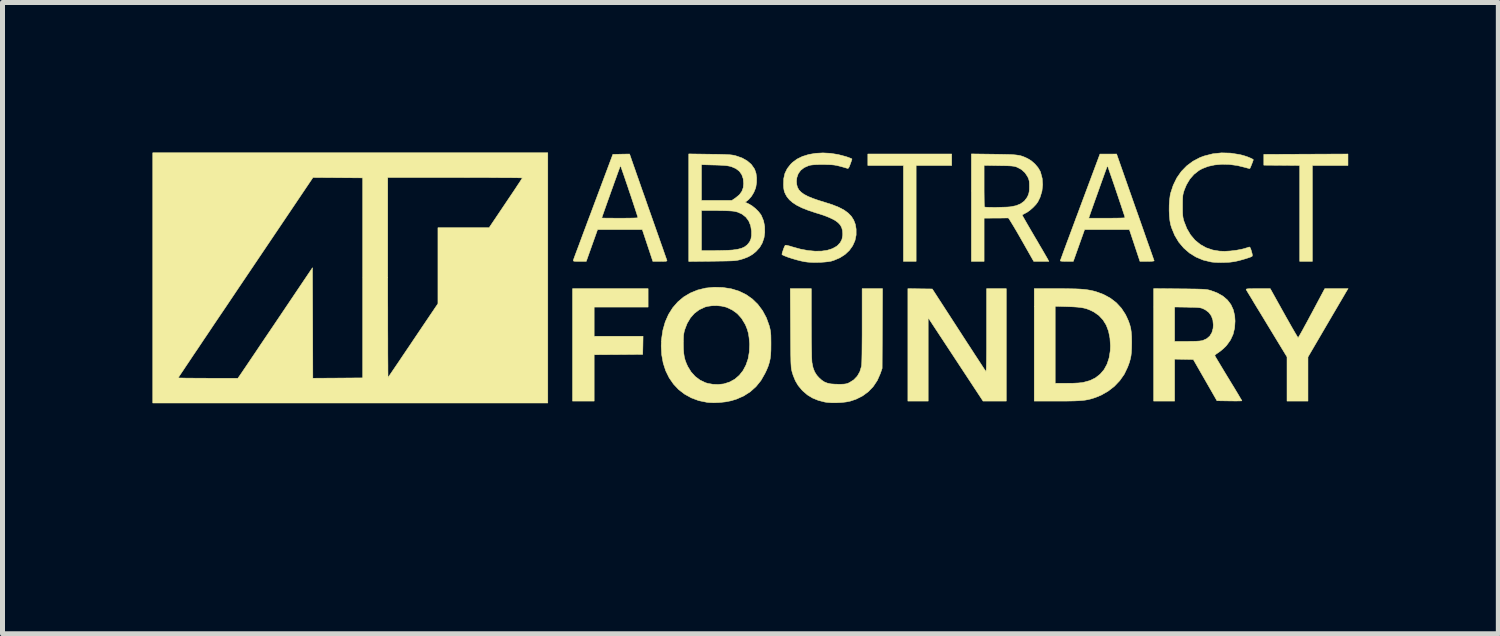
<source format=kicad_pcb>
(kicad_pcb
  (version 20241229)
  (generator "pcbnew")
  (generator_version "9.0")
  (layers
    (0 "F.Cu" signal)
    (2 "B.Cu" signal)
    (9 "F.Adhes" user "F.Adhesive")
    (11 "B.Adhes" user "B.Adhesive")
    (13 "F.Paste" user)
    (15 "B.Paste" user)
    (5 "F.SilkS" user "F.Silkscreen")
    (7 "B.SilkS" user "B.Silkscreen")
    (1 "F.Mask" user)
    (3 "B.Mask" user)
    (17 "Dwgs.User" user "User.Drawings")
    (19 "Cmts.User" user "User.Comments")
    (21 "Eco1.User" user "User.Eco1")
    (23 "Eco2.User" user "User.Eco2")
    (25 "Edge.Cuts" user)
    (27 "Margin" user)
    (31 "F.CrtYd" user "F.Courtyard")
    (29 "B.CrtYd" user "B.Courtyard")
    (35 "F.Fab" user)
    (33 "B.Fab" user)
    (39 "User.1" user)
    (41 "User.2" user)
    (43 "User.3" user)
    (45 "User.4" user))
  (footprint "CompanyLogo"
    (layer "F.Cu")
    (at 11.956 2.507)
    (property "Reference" "CompanyLogo" (at 0 3.81 0) (layer "Eco2.User") (effects (font (size 0.3 0.3) (thickness 0.075))))
    (attr through_hole)
    (fp_poly (pts (xy 4.026 -2.248) (xy 3.315 -2.248) (xy 3.315 -0.33) (xy 3.061 -0.33) (xy 3.061 -2.248) (xy 2.349 -2.248) (xy 2.349 -2.477) (xy 4.026 -2.477) (xy 4.026 -2.248)) (stroke (width 0.01) (type solid)) (fill yes) (layer "F.SilkS"))
    (fp_poly (pts (xy 11.951 -2.248) (xy 11.239 -2.248) (xy 11.239 -0.33) (xy 10.986 -0.33) (xy 10.986 -2.248) (xy 10.627 -2.251) (xy 10.268 -2.254) (xy 10.268 -2.47) (xy 11.951 -2.477) (xy 11.951 -2.248)) (stroke (width 0.01) (type solid)) (fill yes) (layer "F.SilkS"))
    (fp_poly (pts (xy -2.045 0.584) (xy -3.124 0.584) (xy -3.124 1.168) (xy -2.146 1.168) (xy -2.149 1.349) (xy -2.153 1.53) (xy -2.638 1.534) (xy -3.124 1.537) (xy -3.124 2.464) (xy -3.556 2.464) (xy -3.556 0.216) (xy -2.045 0.216) (xy -2.045 0.584)) (stroke (width 0.01) (type solid)) (fill yes) (layer "F.SilkS"))
    (fp_poly (pts (xy 3.394 0.219) (xy 3.638 0.222) (xy 4.168 1.04) (xy 4.252 1.17) (xy 4.333 1.295) (xy 4.409 1.411) (xy 4.478 1.518) (xy 4.541 1.614) (xy 4.596 1.698) (xy 4.641 1.767) (xy 4.676 1.82) (xy 4.699 1.855) (xy 4.71 1.87) (xy 4.711 1.871) (xy 4.714 1.865) (xy 4.716 1.841) (xy 4.719 1.797) (xy 4.72 1.733) (xy 4.722 1.648) (xy 4.723 1.541) (xy 4.724 1.412) (xy 4.724 1.259) (xy 4.724 1.081) (xy 4.724 1.05) (xy 4.724 0.216) (xy 5.118 0.216) (xy 5.118 2.464) (xy 4.653 2.464) (xy 3.556 0.797) (xy 3.556 2.464) (xy 3.15 2.464) (xy 3.15 0.215) (xy 3.394 0.219)) (stroke (width 0.01) (type solid)) (fill yes) (layer "F.SilkS"))
    (fp_poly (pts (xy 10.67 0.706) (xy 10.727 0.808) (xy 10.781 0.903) (xy 10.829 0.988) (xy 10.872 1.062) (xy 10.907 1.122) (xy 10.933 1.165) (xy 10.949 1.191) (xy 10.954 1.196) (xy 10.962 1.185) (xy 10.981 1.154) (xy 11.009 1.105) (xy 11.045 1.041) (xy 11.087 0.963) (xy 11.136 0.874) (xy 11.188 0.776) (xy 11.226 0.706) (xy 11.487 0.216) (xy 11.954 0.216) (xy 11.935 0.244) (xy 11.926 0.26) (xy 11.904 0.296) (xy 11.873 0.35) (xy 11.832 0.42) (xy 11.783 0.503) (xy 11.727 0.599) (xy 11.665 0.704) (xy 11.599 0.817) (xy 11.534 0.928) (xy 11.151 1.583) (xy 11.151 2.464) (xy 10.732 2.464) (xy 10.732 1.581) (xy 10.331 0.921) (xy 10.259 0.802) (xy 10.191 0.69) (xy 10.127 0.586) (xy 10.07 0.492) (xy 10.021 0.409) (xy 9.979 0.341) (xy 9.947 0.288) (xy 9.926 0.253) (xy 9.917 0.238) (xy 9.917 0.238) (xy 9.915 0.23) (xy 9.918 0.225) (xy 9.931 0.221) (xy 9.956 0.218) (xy 9.997 0.217) (xy 10.057 0.216) (xy 10.138 0.216) (xy 10.151 0.216) (xy 10.397 0.216) (xy 10.67 0.706)) (stroke (width 0.01) (type solid)) (fill yes) (layer "F.SilkS"))
    (fp_poly (pts (xy 6.125 0.216) (xy 6.272 0.216) (xy 6.397 0.218) (xy 6.503 0.22) (xy 6.592 0.224) (xy 6.669 0.23) (xy 6.736 0.238) (xy 6.795 0.248) (xy 6.851 0.26) (xy 6.906 0.274) (xy 6.906 0.274) (xy 7.061 0.331) (xy 7.198 0.405) (xy 7.318 0.497) (xy 7.419 0.606) (xy 7.501 0.732) (xy 7.525 0.781) (xy 7.561 0.861) (xy 7.587 0.934) (xy 7.606 1.005) (xy 7.617 1.081) (xy 7.624 1.168) (xy 7.626 1.273) (xy 7.626 1.302) (xy 7.624 1.404) (xy 7.62 1.487) (xy 7.612 1.559) (xy 7.598 1.625) (xy 7.579 1.693) (xy 7.551 1.769) (xy 7.544 1.787) (xy 7.477 1.927) (xy 7.388 2.054) (xy 7.28 2.168) (xy 7.155 2.265) (xy 7.015 2.345) (xy 6.906 2.39) (xy 6.852 2.408) (xy 6.801 2.423) (xy 6.749 2.435) (xy 6.694 2.445) (xy 6.632 2.452) (xy 6.56 2.457) (xy 6.474 2.461) (xy 6.372 2.463) (xy 6.251 2.464) (xy 6.132 2.464) (xy 5.677 2.464) (xy 5.677 2.108) (xy 6.096 2.108) (xy 6.33 2.108) (xy 6.455 2.107) (xy 6.558 2.102) (xy 6.637 2.094) (xy 6.662 2.089) (xy 6.79 2.054) (xy 6.902 1.999) (xy 6.996 1.925) (xy 7.074 1.834) (xy 7.133 1.725) (xy 7.174 1.601) (xy 7.197 1.46) (xy 7.201 1.359) (xy 7.191 1.205) (xy 7.163 1.067) (xy 7.117 0.945) (xy 7.052 0.84) (xy 6.97 0.752) (xy 6.871 0.683) (xy 6.84 0.667) (xy 6.782 0.64) (xy 6.728 0.619) (xy 6.673 0.604) (xy 6.613 0.593) (xy 6.541 0.585) (xy 6.453 0.579) (xy 6.347 0.575) (xy 6.096 0.568) (xy 6.096 2.108) (xy 5.677 2.108) (xy 5.677 0.216) (xy 6.125 0.216)) (stroke (width 0.01) (type solid)) (fill yes) (layer "F.SilkS"))
    (fp_poly (pts (xy 1.219 0.911) (xy 1.22 1.045) (xy 1.22 1.173) (xy 1.221 1.293) (xy 1.223 1.403) (xy 1.225 1.499) (xy 1.226 1.579) (xy 1.229 1.641) (xy 1.231 1.68) (xy 1.232 1.691) (xy 1.253 1.793) (xy 1.284 1.877) (xy 1.329 1.948) (xy 1.371 1.995) (xy 1.426 2.045) (xy 1.48 2.081) (xy 1.54 2.105) (xy 1.61 2.12) (xy 1.696 2.126) (xy 1.753 2.127) (xy 1.821 2.127) (xy 1.87 2.125) (xy 1.907 2.12) (xy 1.937 2.113) (xy 1.966 2.101) (xy 1.981 2.094) (xy 2.068 2.039) (xy 2.138 1.966) (xy 2.189 1.877) (xy 2.221 1.771) (xy 2.222 1.766) (xy 2.225 1.739) (xy 2.228 1.688) (xy 2.23 1.615) (xy 2.232 1.522) (xy 2.233 1.411) (xy 2.234 1.283) (xy 2.235 1.141) (xy 2.235 0.986) (xy 2.235 0.957) (xy 2.235 0.216) (xy 2.643 0.216) (xy 2.639 1.013) (xy 2.635 1.81) (xy 2.598 1.916) (xy 2.538 2.052) (xy 2.458 2.172) (xy 2.36 2.275) (xy 2.245 2.36) (xy 2.114 2.426) (xy 1.998 2.465) (xy 1.918 2.481) (xy 1.824 2.492) (xy 1.723 2.497) (xy 1.624 2.497) (xy 1.536 2.49) (xy 1.492 2.484) (xy 1.359 2.45) (xy 1.244 2.403) (xy 1.142 2.341) (xy 1.049 2.261) (xy 1.025 2.236) (xy 0.955 2.151) (xy 0.9 2.058) (xy 0.856 1.95) (xy 0.835 1.883) (xy 0.83 1.862) (xy 0.825 1.841) (xy 0.821 1.818) (xy 0.817 1.791) (xy 0.815 1.758) (xy 0.812 1.716) (xy 0.81 1.664) (xy 0.809 1.6) (xy 0.807 1.52) (xy 0.806 1.424) (xy 0.805 1.31) (xy 0.804 1.174) (xy 0.803 1.015) (xy 0.803 1) (xy 0.798 0.216) (xy 1.219 0.216) (xy 1.219 0.911)) (stroke (width 0.01) (type solid)) (fill yes) (layer "F.SilkS"))
    (fp_poly (pts (xy 7.697 -1.414) (xy 7.753 -1.257) (xy 7.806 -1.106) (xy 7.856 -0.964) (xy 7.902 -0.832) (xy 7.944 -0.712) (xy 7.982 -0.606) (xy 8.014 -0.515) (xy 8.04 -0.441) (xy 8.059 -0.387) (xy 8.071 -0.353) (xy 8.075 -0.341) (xy 8.065 -0.337) (xy 8.034 -0.333) (xy 7.988 -0.331) (xy 7.935 -0.33) (xy 7.791 -0.33) (xy 7.58 -0.965) (xy 6.684 -0.965) (xy 6.571 -0.648) (xy 6.458 -0.33) (xy 6.328 -0.33) (xy 6.274 -0.331) (xy 6.23 -0.333) (xy 6.203 -0.337) (xy 6.197 -0.34) (xy 6.201 -0.353) (xy 6.214 -0.388) (xy 6.234 -0.443) (xy 6.261 -0.518) (xy 6.295 -0.609) (xy 6.334 -0.715) (xy 6.379 -0.835) (xy 6.428 -0.967) (xy 6.481 -1.109) (xy 6.512 -1.194) (xy 6.767 -1.194) (xy 7.13 -1.194) (xy 7.223 -1.194) (xy 7.308 -1.195) (xy 7.38 -1.196) (xy 7.437 -1.198) (xy 7.476 -1.2) (xy 7.493 -1.203) (xy 7.493 -1.203) (xy 7.489 -1.218) (xy 7.479 -1.252) (xy 7.461 -1.305) (xy 7.439 -1.372) (xy 7.413 -1.451) (xy 7.383 -1.539) (xy 7.352 -1.632) (xy 7.319 -1.729) (xy 7.287 -1.825) (xy 7.255 -1.918) (xy 7.225 -2.005) (xy 7.198 -2.082) (xy 7.175 -2.148) (xy 7.158 -2.199) (xy 7.146 -2.231) (xy 7.141 -2.243) (xy 7.141 -2.243) (xy 7.136 -2.231) (xy 7.124 -2.197) (xy 7.105 -2.146) (xy 7.081 -2.08) (xy 7.053 -2.002) (xy 7.022 -1.916) (xy 6.989 -1.823) (xy 6.955 -1.727) (xy 6.921 -1.632) (xy 6.888 -1.54) (xy 6.857 -1.453) (xy 6.83 -1.376) (xy 6.807 -1.312) (xy 6.79 -1.262) (xy 6.779 -1.23) (xy 6.776 -1.222) (xy 6.767 -1.194) (xy 6.512 -1.194) (xy 6.537 -1.259) (xy 6.594 -1.413) (xy 6.991 -2.476) (xy 7.158 -2.476) (xy 7.324 -2.477) (xy 7.697 -1.414)) (stroke (width 0.01) (type solid)) (fill yes) (layer "F.SilkS"))
    (fp_poly (pts (xy 8.588 0.219) (xy 8.718 0.22) (xy 8.826 0.222) (xy 8.913 0.223) (xy 8.983 0.225) (xy 9.039 0.227) (xy 9.083 0.23) (xy 9.118 0.233) (xy 9.146 0.237) (xy 9.171 0.243) (xy 9.195 0.249) (xy 9.205 0.252) (xy 9.338 0.302) (xy 9.45 0.365) (xy 9.541 0.443) (xy 9.61 0.534) (xy 9.658 0.639) (xy 9.686 0.759) (xy 9.693 0.864) (xy 9.684 1.002) (xy 9.654 1.127) (xy 9.602 1.241) (xy 9.527 1.346) (xy 9.505 1.371) (xy 9.459 1.415) (xy 9.407 1.459) (xy 9.359 1.494) (xy 9.358 1.495) (xy 9.321 1.519) (xy 9.296 1.541) (xy 9.288 1.555) (xy 9.288 1.556) (xy 9.296 1.569) (xy 9.315 1.602) (xy 9.345 1.652) (xy 9.384 1.717) (xy 9.43 1.793) (xy 9.482 1.88) (xy 9.539 1.974) (xy 9.562 2.011) (xy 9.62 2.107) (xy 9.674 2.195) (xy 9.722 2.275) (xy 9.763 2.343) (xy 9.795 2.398) (xy 9.818 2.436) (xy 9.829 2.456) (xy 9.83 2.458) (xy 9.818 2.46) (xy 9.784 2.461) (xy 9.733 2.462) (xy 9.668 2.462) (xy 9.592 2.461) (xy 9.581 2.461) (xy 9.331 2.457) (xy 9.095 2.045) (xy 8.858 1.632) (xy 8.484 1.625) (xy 8.484 2.464) (xy 8.065 2.464) (xy 8.065 1.27) (xy 8.484 1.27) (xy 8.736 1.27) (xy 8.839 1.269) (xy 8.92 1.267) (xy 8.981 1.263) (xy 9.026 1.257) (xy 9.047 1.252) (xy 9.127 1.216) (xy 9.188 1.163) (xy 9.23 1.094) (xy 9.254 1.008) (xy 9.258 0.94) (xy 9.249 0.843) (xy 9.219 0.761) (xy 9.17 0.693) (xy 9.1 0.64) (xy 9.061 0.62) (xy 9.038 0.61) (xy 9.014 0.602) (xy 8.986 0.597) (xy 8.95 0.593) (xy 8.9 0.59) (xy 8.834 0.588) (xy 8.747 0.587) (xy 8.741 0.586) (xy 8.484 0.582) (xy 8.484 1.27) (xy 8.065 1.27) (xy 8.065 0.214) (xy 8.588 0.219)) (stroke (width 0.01) (type solid)) (fill yes) (layer "F.SilkS"))
    (fp_poly (pts (xy 9.603 -2.495) (xy 9.789 -2.465) (xy 9.83 -2.455) (xy 9.879 -2.441) (xy 9.932 -2.424) (xy 9.982 -2.404) (xy 10.023 -2.386) (xy 10.05 -2.371) (xy 10.058 -2.363) (xy 10.054 -2.348) (xy 10.043 -2.317) (xy 10.028 -2.278) (xy 10.012 -2.238) (xy 9.998 -2.206) (xy 9.989 -2.188) (xy 9.988 -2.187) (xy 9.975 -2.188) (xy 9.944 -2.195) (xy 9.902 -2.207) (xy 9.898 -2.208) (xy 9.739 -2.247) (xy 9.582 -2.268) (xy 9.43 -2.272) (xy 9.286 -2.259) (xy 9.153 -2.23) (xy 9.035 -2.184) (xy 8.972 -2.149) (xy 8.872 -2.071) (xy 8.789 -1.976) (xy 8.721 -1.862) (xy 8.678 -1.758) (xy 8.665 -1.719) (xy 8.656 -1.685) (xy 8.649 -1.651) (xy 8.646 -1.611) (xy 8.644 -1.56) (xy 8.643 -1.491) (xy 8.643 -1.441) (xy 8.643 -1.359) (xy 8.644 -1.296) (xy 8.647 -1.247) (xy 8.652 -1.208) (xy 8.66 -1.172) (xy 8.671 -1.133) (xy 8.672 -1.13) (xy 8.728 -0.987) (xy 8.802 -0.861) (xy 8.891 -0.755) (xy 8.996 -0.669) (xy 9.115 -0.602) (xy 9.248 -0.557) (xy 9.381 -0.535) (xy 9.485 -0.531) (xy 9.602 -0.538) (xy 9.724 -0.553) (xy 9.841 -0.576) (xy 9.945 -0.606) (xy 9.972 -0.616) (xy 9.984 -0.616) (xy 9.995 -0.604) (xy 10.008 -0.574) (xy 10.021 -0.533) (xy 10.034 -0.484) (xy 10.039 -0.454) (xy 10.037 -0.437) (xy 10.031 -0.43) (xy 10.004 -0.417) (xy 9.958 -0.401) (xy 9.899 -0.382) (xy 9.833 -0.363) (xy 9.767 -0.345) (xy 9.706 -0.331) (xy 9.669 -0.324) (xy 9.594 -0.314) (xy 9.504 -0.309) (xy 9.409 -0.307) (xy 9.317 -0.309) (xy 9.237 -0.315) (xy 9.21 -0.319) (xy 9.054 -0.357) (xy 8.911 -0.417) (xy 8.782 -0.497) (xy 8.667 -0.597) (xy 8.568 -0.714) (xy 8.487 -0.849) (xy 8.425 -0.999) (xy 8.405 -1.063) (xy 8.39 -1.142) (xy 8.38 -1.238) (xy 8.375 -1.344) (xy 8.376 -1.453) (xy 8.383 -1.557) (xy 8.395 -1.649) (xy 8.404 -1.693) (xy 8.457 -1.854) (xy 8.528 -1.999) (xy 8.618 -2.128) (xy 8.726 -2.239) (xy 8.849 -2.331) (xy 8.989 -2.405) (xy 9.074 -2.437) (xy 9.246 -2.481) (xy 9.422 -2.5) (xy 9.603 -2.495)) (stroke (width 0.01) (type solid)) (fill yes) (layer "F.SilkS"))
    (fp_poly (pts (xy -2.39 -2.404) (xy -2.382 -2.379) (xy -2.366 -2.334) (xy -2.344 -2.27) (xy -2.315 -2.189) (xy -2.282 -2.093) (xy -2.244 -1.986) (xy -2.203 -1.868) (xy -2.159 -1.742) (xy -2.112 -1.611) (xy -2.065 -1.475) (xy -2.017 -1.339) (xy -1.969 -1.203) (xy -1.922 -1.069) (xy -1.877 -0.941) (xy -1.834 -0.82) (xy -1.795 -0.708) (xy -1.759 -0.607) (xy -1.729 -0.52) (xy -1.704 -0.449) (xy -1.685 -0.395) (xy -1.673 -0.362) (xy -1.669 -0.351) (xy -1.668 -0.342) (xy -1.676 -0.336) (xy -1.696 -0.332) (xy -1.733 -0.331) (xy -1.79 -0.33) (xy -1.805 -0.33) (xy -1.95 -0.33) (xy -2.161 -0.965) (xy -3.056 -0.965) (xy -3.169 -0.648) (xy -3.282 -0.33) (xy -3.414 -0.33) (xy -3.473 -0.33) (xy -3.511 -0.332) (xy -3.532 -0.335) (xy -3.54 -0.341) (xy -3.54 -0.351) (xy -3.538 -0.359) (xy -3.533 -0.375) (xy -3.519 -0.413) (xy -3.498 -0.471) (xy -3.469 -0.548) (xy -3.434 -0.641) (xy -3.394 -0.749) (xy -3.349 -0.871) (xy -3.299 -1.004) (xy -3.246 -1.147) (xy -3.226 -1.199) (xy -2.972 -1.199) (xy -2.96 -1.197) (xy -2.925 -1.196) (xy -2.872 -1.195) (xy -2.803 -1.195) (xy -2.721 -1.194) (xy -2.629 -1.194) (xy -2.61 -1.194) (xy -2.517 -1.194) (xy -2.433 -1.195) (xy -2.361 -1.196) (xy -2.304 -1.198) (xy -2.265 -1.2) (xy -2.248 -1.203) (xy -2.248 -1.203) (xy -2.252 -1.218) (xy -2.263 -1.253) (xy -2.28 -1.306) (xy -2.302 -1.374) (xy -2.328 -1.453) (xy -2.357 -1.541) (xy -2.388 -1.635) (xy -2.421 -1.731) (xy -2.453 -1.828) (xy -2.485 -1.921) (xy -2.514 -2.007) (xy -2.541 -2.085) (xy -2.564 -2.151) (xy -2.581 -2.201) (xy -2.593 -2.234) (xy -2.598 -2.245) (xy -2.598 -2.245) (xy -2.603 -2.233) (xy -2.615 -2.199) (xy -2.634 -2.148) (xy -2.658 -2.082) (xy -2.686 -2.003) (xy -2.718 -1.916) (xy -2.751 -1.822) (xy -2.786 -1.726) (xy -2.82 -1.629) (xy -2.854 -1.535) (xy -2.885 -1.447) (xy -2.913 -1.368) (xy -2.937 -1.3) (xy -2.955 -1.248) (xy -2.967 -1.213) (xy -2.972 -1.199) (xy -2.972 -1.199) (xy -3.226 -1.199) (xy -3.189 -1.297) (xy -3.14 -1.429) (xy -2.75 -2.47) (xy -2.583 -2.474) (xy -2.416 -2.477) (xy -2.39 -2.404)) (stroke (width 0.01) (type solid)) (fill yes) (layer "F.SilkS"))
    (fp_poly (pts (xy -4.051 2.502) (xy -11.951 2.502) (xy -11.951 2) (xy -11.443 2) (xy -11.443 2) (xy -11.43 2.001) (xy -11.395 2.002) (xy -11.34 2.003) (xy -11.266 2.005) (xy -11.177 2.005) (xy -11.075 2.006) (xy -10.962 2.006) (xy -10.846 2.007) (xy -10.249 2.007) (xy -10.214 1.958) (xy -10.202 1.94) (xy -10.177 1.904) (xy -10.14 1.849) (xy -10.091 1.777) (xy -10.033 1.691) (xy -9.965 1.59) (xy -9.889 1.478) (xy -9.807 1.355) (xy -9.718 1.223) (xy -9.624 1.084) (xy -9.525 0.938) (xy -9.468 0.853) (xy -8.757 -0.203) (xy -8.753 0.902) (xy -8.75 2.007) (xy -8.252 2.004) (xy -7.753 2) (xy -7.753 -2) (xy -8.25 -2.004) (xy -8.703 -2.007) (xy -7.252 -2.007) (xy -7.252 -0.004) (xy -7.252 0.219) (xy -7.252 0.435) (xy -7.251 0.643) (xy -7.251 0.841) (xy -7.251 1.028) (xy -7.25 1.203) (xy -7.25 1.363) (xy -7.25 1.509) (xy -7.249 1.638) (xy -7.248 1.749) (xy -7.248 1.841) (xy -7.247 1.912) (xy -7.247 1.962) (xy -7.246 1.988) (xy -7.246 1.992) (xy -7.238 1.981) (xy -7.217 1.95) (xy -7.184 1.902) (xy -7.14 1.837) (xy -7.087 1.759) (xy -7.025 1.668) (xy -6.957 1.566) (xy -6.882 1.455) (xy -6.802 1.337) (xy -6.744 1.25) (xy -6.248 0.515) (xy -6.248 -1.003) (xy -5.225 -1.003) (xy -4.892 -1.498) (xy -4.825 -1.598) (xy -4.762 -1.691) (xy -4.705 -1.776) (xy -4.656 -1.851) (xy -4.615 -1.912) (xy -4.585 -1.959) (xy -4.566 -1.989) (xy -4.559 -1.999) (xy -4.572 -2) (xy -4.608 -2.001) (xy -4.666 -2.002) (xy -4.745 -2.003) (xy -4.842 -2.004) (xy -4.957 -2.004) (xy -5.087 -2.005) (xy -5.231 -2.006) (xy -5.387 -2.006) (xy -5.554 -2.006) (xy -5.73 -2.007) (xy -5.905 -2.007) (xy -7.252 -2.007) (xy -8.703 -2.007) (xy -8.747 -2.007) (xy -10.095 -0.007) (xy -10.232 0.196) (xy -10.365 0.394) (xy -10.494 0.586) (xy -10.618 0.769) (xy -10.736 0.944) (xy -10.847 1.11) (xy -10.951 1.264) (xy -11.046 1.407) (xy -11.134 1.536) (xy -11.211 1.652) (xy -11.279 1.753) (xy -11.336 1.839) (xy -11.382 1.907) (xy -11.415 1.957) (xy -11.436 1.988) (xy -11.443 2) (xy -11.951 2) (xy -11.951 -2.502) (xy -4.051 -2.502) (xy -4.051 2.502)) (stroke (width 0.01) (type solid)) (fill yes) (layer "F.SilkS"))
    (fp_poly (pts (xy -0.552 0.192) (xy -0.384 0.218) (xy -0.229 0.265) (xy -0.088 0.333) (xy 0.038 0.421) (xy 0.149 0.529) (xy 0.243 0.655) (xy 0.32 0.798) (xy 0.378 0.959) (xy 0.383 0.978) (xy 0.393 1.02) (xy 0.401 1.059) (xy 0.406 1.1) (xy 0.41 1.15) (xy 0.411 1.212) (xy 0.412 1.293) (xy 0.412 1.327) (xy 0.411 1.442) (xy 0.406 1.537) (xy 0.396 1.619) (xy 0.379 1.694) (xy 0.356 1.767) (xy 0.324 1.844) (xy 0.292 1.911) (xy 0.211 2.053) (xy 0.112 2.175) (xy -0.003 2.278) (xy -0.135 2.362) (xy -0.284 2.427) (xy -0.388 2.458) (xy -0.495 2.479) (xy -0.613 2.492) (xy -0.732 2.497) (xy -0.841 2.492) (xy -0.87 2.488) (xy -1.032 2.455) (xy -1.18 2.4) (xy -1.314 2.326) (xy -1.434 2.234) (xy -1.537 2.124) (xy -1.624 1.998) (xy -1.693 1.858) (xy -1.743 1.704) (xy -1.773 1.539) (xy -1.783 1.362) (xy -1.781 1.321) (xy -1.34 1.321) (xy -1.338 1.424) (xy -1.332 1.509) (xy -1.321 1.581) (xy -1.304 1.647) (xy -1.279 1.713) (xy -1.252 1.772) (xy -1.186 1.88) (xy -1.103 1.972) (xy -1.007 2.044) (xy -0.899 2.096) (xy -0.852 2.11) (xy -0.75 2.128) (xy -0.641 2.132) (xy -0.54 2.121) (xy -0.531 2.12) (xy -0.415 2.083) (xy -0.311 2.026) (xy -0.222 1.949) (xy -0.147 1.855) (xy -0.088 1.744) (xy -0.045 1.619) (xy -0.021 1.481) (xy -0.015 1.332) (xy -0.016 1.309) (xy -0.025 1.201) (xy -0.039 1.109) (xy -0.063 1.026) (xy -0.096 0.944) (xy -0.108 0.921) (xy -0.176 0.809) (xy -0.261 0.715) (xy -0.362 0.642) (xy -0.477 0.588) (xy -0.494 0.583) (xy -0.577 0.564) (xy -0.671 0.555) (xy -0.766 0.557) (xy -0.854 0.569) (xy -0.907 0.583) (xy -1.021 0.636) (xy -1.118 0.708) (xy -1.199 0.8) (xy -1.265 0.912) (xy -1.31 1.029) (xy -1.322 1.07) (xy -1.33 1.109) (xy -1.336 1.151) (xy -1.338 1.203) (xy -1.34 1.271) (xy -1.34 1.321) (xy -1.781 1.321) (xy -1.777 1.229) (xy -1.75 1.048) (xy -1.703 0.882) (xy -1.637 0.732) (xy -1.553 0.598) (xy -1.451 0.481) (xy -1.334 0.382) (xy -1.201 0.303) (xy -1.055 0.243) (xy -0.895 0.204) (xy -0.724 0.187) (xy -0.552 0.192)) (stroke (width 0.01) (type solid)) (fill yes) (layer "F.SilkS"))
    (fp_poly (pts (xy -0.81 -2.473) (xy -0.692 -2.472) (xy -0.597 -2.47) (xy -0.52 -2.468) (xy -0.46 -2.465) (xy -0.412 -2.462) (xy -0.373 -2.458) (xy -0.341 -2.453) (xy -0.312 -2.447) (xy -0.29 -2.441) (xy -0.166 -2.398) (xy -0.064 -2.34) (xy 0.018 -2.27) (xy 0.078 -2.185) (xy 0.088 -2.165) (xy 0.113 -2.091) (xy 0.125 -2.003) (xy 0.124 -1.909) (xy 0.11 -1.819) (xy 0.104 -1.795) (xy 0.069 -1.709) (xy 0.021 -1.63) (xy -0.035 -1.566) (xy -0.058 -1.547) (xy -0.104 -1.513) (xy -0.032 -1.479) (xy 0.034 -1.44) (xy 0.102 -1.386) (xy 0.163 -1.325) (xy 0.21 -1.264) (xy 0.219 -1.248) (xy 0.263 -1.143) (xy 0.286 -1.028) (xy 0.288 -0.908) (xy 0.273 -0.801) (xy 0.238 -0.698) (xy 0.186 -0.608) (xy 0.112 -0.527) (xy 0.042 -0.47) (xy -0.035 -0.425) (xy -0.125 -0.388) (xy -0.197 -0.366) (xy -0.225 -0.359) (xy -0.253 -0.353) (xy -0.284 -0.348) (xy -0.32 -0.344) (xy -0.365 -0.341) (xy -0.422 -0.339) (xy -0.493 -0.337) (xy -0.582 -0.336) (xy -0.692 -0.334) (xy -0.765 -0.333) (xy -1.232 -0.328) (xy -1.232 -1.346) (xy -0.978 -1.346) (xy -0.978 -0.546) (xy -0.714 -0.546) (xy -0.627 -0.547) (xy -0.54 -0.549) (xy -0.46 -0.551) (xy -0.393 -0.555) (xy -0.346 -0.558) (xy -0.344 -0.559) (xy -0.25 -0.573) (xy -0.177 -0.592) (xy -0.119 -0.618) (xy -0.07 -0.654) (xy -0.058 -0.666) (xy -0.016 -0.718) (xy 0.011 -0.777) (xy 0.023 -0.848) (xy 0.023 -0.936) (xy 0.023 -0.937) (xy 0.006 -1.044) (xy -0.032 -1.137) (xy -0.089 -1.214) (xy -0.164 -1.274) (xy -0.257 -1.316) (xy -0.324 -1.332) (xy -0.358 -1.336) (xy -0.414 -1.34) (xy -0.485 -1.343) (xy -0.566 -1.345) (xy -0.654 -1.346) (xy -0.688 -1.346) (xy -0.978 -1.346) (xy -1.232 -1.346) (xy -1.232 -1.549) (xy -0.978 -1.549) (xy -0.37 -1.549) (xy -0.291 -1.603) (xy -0.219 -1.663) (xy -0.171 -1.728) (xy -0.143 -1.803) (xy -0.135 -1.884) (xy -0.143 -1.982) (xy -0.172 -2.065) (xy -0.221 -2.133) (xy -0.29 -2.186) (xy -0.377 -2.223) (xy -0.412 -2.233) (xy -0.449 -2.24) (xy -0.492 -2.246) (xy -0.547 -2.25) (xy -0.617 -2.254) (xy -0.707 -2.257) (xy -0.721 -2.257) (xy -0.978 -2.264) (xy -0.978 -1.549) (xy -1.232 -1.549) (xy -1.232 -2.479) (xy -0.81 -2.473)) (stroke (width 0.01) (type solid)) (fill yes) (layer "F.SilkS"))
    (fp_poly (pts (xy 4.867 -2.473) (xy 4.996 -2.471) (xy 5.102 -2.469) (xy 5.19 -2.467) (xy 5.261 -2.463) (xy 5.32 -2.457) (xy 5.368 -2.45) (xy 5.41 -2.441) (xy 5.449 -2.428) (xy 5.487 -2.413) (xy 5.528 -2.394) (xy 5.547 -2.385) (xy 5.621 -2.339) (xy 5.691 -2.277) (xy 5.751 -2.207) (xy 5.794 -2.135) (xy 5.803 -2.113) (xy 5.836 -1.989) (xy 5.845 -1.862) (xy 5.831 -1.734) (xy 5.793 -1.61) (xy 5.749 -1.52) (xy 5.711 -1.468) (xy 5.657 -1.411) (xy 5.597 -1.358) (xy 5.537 -1.314) (xy 5.5 -1.294) (xy 5.465 -1.276) (xy 5.442 -1.261) (xy 5.436 -1.256) (xy 5.442 -1.243) (xy 5.46 -1.211) (xy 5.488 -1.162) (xy 5.524 -1.099) (xy 5.568 -1.023) (xy 5.618 -0.937) (xy 5.672 -0.845) (xy 5.684 -0.824) (xy 5.741 -0.728) (xy 5.793 -0.638) (xy 5.841 -0.557) (xy 5.882 -0.486) (xy 5.915 -0.429) (xy 5.938 -0.389) (xy 5.951 -0.367) (xy 5.951 -0.365) (xy 5.97 -0.33) (xy 5.667 -0.33) (xy 5.42 -0.765) (xy 5.365 -0.861) (xy 5.314 -0.949) (xy 5.267 -1.028) (xy 5.227 -1.094) (xy 5.195 -1.146) (xy 5.172 -1.182) (xy 5.159 -1.198) (xy 5.158 -1.199) (xy 5.141 -1.198) (xy 5.103 -1.198) (xy 5.049 -1.197) (xy 4.981 -1.196) (xy 4.909 -1.196) (xy 4.674 -1.194) (xy 4.674 -0.33) (xy 4.42 -0.33) (xy 4.42 -1.838) (xy 4.674 -1.838) (xy 4.674 -1.738) (xy 4.675 -1.647) (xy 4.676 -1.566) (xy 4.677 -1.5) (xy 4.679 -1.452) (xy 4.681 -1.424) (xy 4.682 -1.418) (xy 4.698 -1.415) (xy 4.735 -1.412) (xy 4.788 -1.411) (xy 4.852 -1.41) (xy 4.923 -1.41) (xy 4.997 -1.412) (xy 5.068 -1.414) (xy 5.133 -1.416) (xy 5.186 -1.42) (xy 5.204 -1.422) (xy 5.315 -1.444) (xy 5.406 -1.482) (xy 5.479 -1.536) (xy 5.534 -1.608) (xy 5.551 -1.642) (xy 5.566 -1.681) (xy 5.575 -1.72) (xy 5.58 -1.768) (xy 5.581 -1.829) (xy 5.58 -1.89) (xy 5.577 -1.933) (xy 5.568 -1.969) (xy 5.554 -2.004) (xy 5.546 -2.022) (xy 5.492 -2.103) (xy 5.42 -2.168) (xy 5.335 -2.213) (xy 5.31 -2.222) (xy 5.285 -2.229) (xy 5.256 -2.234) (xy 5.219 -2.238) (xy 5.17 -2.241) (xy 5.106 -2.243) (xy 5.021 -2.244) (xy 4.969 -2.245) (xy 4.674 -2.25) (xy 4.674 -1.838) (xy 4.42 -1.838) (xy 4.42 -2.479) (xy 4.867 -2.473)) (stroke (width 0.01) (type solid)) (fill yes) (layer "F.SilkS"))
    (fp_poly (pts (xy 1.603 -2.491) (xy 1.758 -2.466) (xy 1.909 -2.426) (xy 1.96 -2.409) (xy 2.001 -2.393) (xy 2.026 -2.382) (xy 2.032 -2.377) (xy 2.028 -2.362) (xy 2.017 -2.329) (xy 2.002 -2.286) (xy 1.998 -2.276) (xy 1.979 -2.226) (xy 1.964 -2.198) (xy 1.95 -2.188) (xy 1.944 -2.189) (xy 1.856 -2.215) (xy 1.786 -2.234) (xy 1.728 -2.248) (xy 1.677 -2.257) (xy 1.625 -2.262) (xy 1.567 -2.265) (xy 1.498 -2.266) (xy 1.454 -2.266) (xy 1.366 -2.266) (xy 1.298 -2.264) (xy 1.247 -2.26) (xy 1.206 -2.255) (xy 1.171 -2.246) (xy 1.166 -2.245) (xy 1.077 -2.206) (xy 1.007 -2.152) (xy 0.957 -2.083) (xy 0.929 -2.002) (xy 0.922 -1.932) (xy 0.927 -1.868) (xy 0.942 -1.811) (xy 0.97 -1.761) (xy 1.013 -1.715) (xy 1.071 -1.672) (xy 1.148 -1.631) (xy 1.245 -1.591) (xy 1.363 -1.55) (xy 1.492 -1.51) (xy 1.642 -1.462) (xy 1.769 -1.411) (xy 1.873 -1.357) (xy 1.956 -1.296) (xy 2.02 -1.23) (xy 2.067 -1.155) (xy 2.099 -1.071) (xy 2.115 -0.976) (xy 2.115 -0.975) (xy 2.115 -0.857) (xy 2.092 -0.746) (xy 2.046 -0.643) (xy 1.98 -0.55) (xy 1.894 -0.469) (xy 1.79 -0.402) (xy 1.67 -0.351) (xy 1.619 -0.335) (xy 1.563 -0.325) (xy 1.489 -0.317) (xy 1.404 -0.311) (xy 1.314 -0.309) (xy 1.226 -0.31) (xy 1.148 -0.315) (xy 1.087 -0.323) (xy 1.086 -0.323) (xy 1.005 -0.34) (xy 0.92 -0.362) (xy 0.835 -0.387) (xy 0.757 -0.412) (xy 0.691 -0.437) (xy 0.643 -0.459) (xy 0.633 -0.465) (xy 0.633 -0.478) (xy 0.64 -0.508) (xy 0.653 -0.547) (xy 0.667 -0.588) (xy 0.682 -0.624) (xy 0.695 -0.648) (xy 0.698 -0.652) (xy 0.713 -0.653) (xy 0.748 -0.646) (xy 0.796 -0.634) (xy 0.846 -0.618) (xy 1.002 -0.575) (xy 1.152 -0.547) (xy 1.292 -0.534) (xy 1.422 -0.535) (xy 1.538 -0.552) (xy 1.639 -0.584) (xy 1.722 -0.63) (xy 1.745 -0.648) (xy 1.799 -0.707) (xy 1.832 -0.772) (xy 1.846 -0.849) (xy 1.847 -0.883) (xy 1.842 -0.948) (xy 1.826 -1.007) (xy 1.798 -1.058) (xy 1.754 -1.105) (xy 1.695 -1.149) (xy 1.616 -1.19) (xy 1.518 -1.232) (xy 1.397 -1.274) (xy 1.308 -1.301) (xy 1.16 -1.35) (xy 1.035 -1.399) (xy 0.932 -1.45) (xy 0.848 -1.504) (xy 0.781 -1.562) (xy 0.73 -1.625) (xy 0.702 -1.675) (xy 0.684 -1.716) (xy 0.673 -1.756) (xy 0.666 -1.804) (xy 0.663 -1.866) (xy 0.667 -1.985) (xy 0.691 -2.09) (xy 0.737 -2.184) (xy 0.805 -2.271) (xy 0.842 -2.308) (xy 0.934 -2.376) (xy 1.044 -2.43) (xy 1.169 -2.468) (xy 1.305 -2.491) (xy 1.451 -2.499) (xy 1.603 -2.491)) (stroke (width 0.01) (type solid)) (fill yes) (layer "F.SilkS")))
  (gr_rect
    (start -3 -3)
    (end 26.914 9.624)
    (stroke (width 0.1) (type default))
    (fill no)
    (layer "Edge.Cuts")))
</source>
